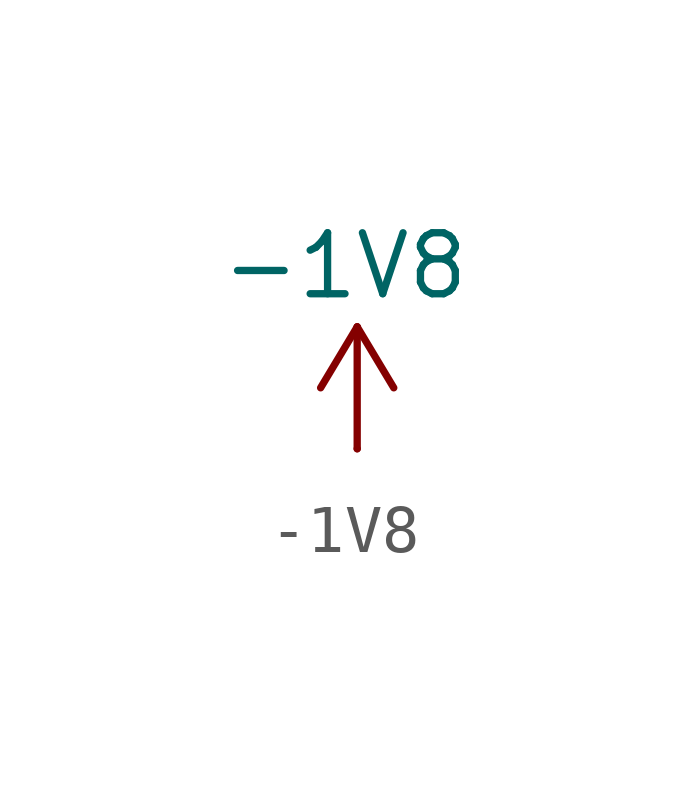
<source format=kicad_sym>
(kicad_symbol_lib
  (version 20231120)
  (generator "kicad_symbol_editor")
  (generator_version "8.0")
  (symbol "-1V8"
    (power)
    (pin_numbers hide)
    (pin_names
      (offset 0) hide)
    (property "Reference" "#PWR"
      (at 0 -3.81 0)
      (effects (font (size 1.27 1.27)) (hide yes)))
    (property "Value" "-1V8"
      (at -0.254 3.81 0)
      (effects (font (size 1.27 1.27))))
    (symbol "-1V8_0_1"
      (polyline (pts (xy -0.762 1.27) (xy 0 2.54)) (stroke (width 0) (type default)) (fill (type none)))
      (polyline (pts (xy 0 0) (xy 0 2.54)) (stroke (width 0) (type default)) (fill (type none)))
      (polyline (pts (xy 0 2.54) (xy 0.762 1.27)) (stroke (width 0) (type default)) (fill (type none))))
    (symbol "-1V8_1_1"
      (pin power_in line (at 0 0 90) (length 0) (name "~" (effects (font (size 1.27 1.27)))) (number "1" (effects (font (size 1.27 1.27))))))))
</source>
